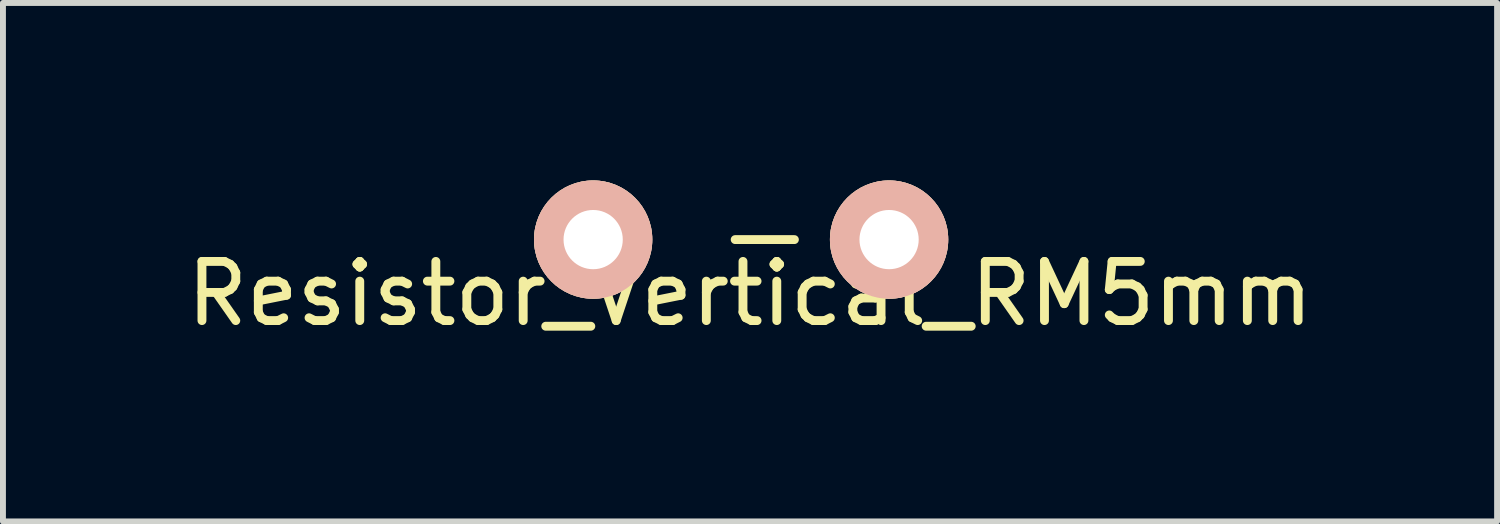
<source format=kicad_pcb>
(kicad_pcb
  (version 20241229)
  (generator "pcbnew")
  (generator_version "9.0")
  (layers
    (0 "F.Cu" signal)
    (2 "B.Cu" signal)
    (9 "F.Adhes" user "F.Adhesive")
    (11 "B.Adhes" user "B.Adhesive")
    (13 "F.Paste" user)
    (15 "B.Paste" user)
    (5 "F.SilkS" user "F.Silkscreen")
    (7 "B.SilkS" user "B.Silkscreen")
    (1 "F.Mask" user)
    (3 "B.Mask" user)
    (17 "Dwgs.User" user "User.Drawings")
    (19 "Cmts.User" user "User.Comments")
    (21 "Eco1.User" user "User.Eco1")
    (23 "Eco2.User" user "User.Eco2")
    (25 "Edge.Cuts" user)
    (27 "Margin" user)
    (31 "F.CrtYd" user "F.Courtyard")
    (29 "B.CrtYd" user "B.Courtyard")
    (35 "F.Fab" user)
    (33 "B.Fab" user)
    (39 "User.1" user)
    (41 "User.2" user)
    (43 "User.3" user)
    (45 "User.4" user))
  (footprint "Resistor_Vertical_RM5mm"
    (layer "F.Cu")
    (at 9.473 0.999)
    (property "Reference" "Resistor_Vertical_RM5mm" (at 0.152 0.914 0) (layer "F.SilkS") (effects (font (size 1 1) (thickness 0.15))))
    (attr through_hole)
    (fp_line (start -0.099 0) (end 0.902 0) (stroke (width 0.15) (type solid)) (layer "F.SilkS"))
    (pad "1" thru_hole circle (at -2.499 0) (size 1.999 1.999) (drill 1.001) (layers "*.Cu" "*.SilkS" "*.Mask"))
    (pad "2" thru_hole circle (at 2.502 0) (size 1.999 1.999) (drill 1.001) (layers "*.Cu" "*.SilkS" "*.Mask")))
  (gr_rect
    (start -3 -3)
    (end 22.25 5.762)
    (stroke (width 0.1) (type default))
    (fill no)
    (layer "Edge.Cuts")))
</source>
